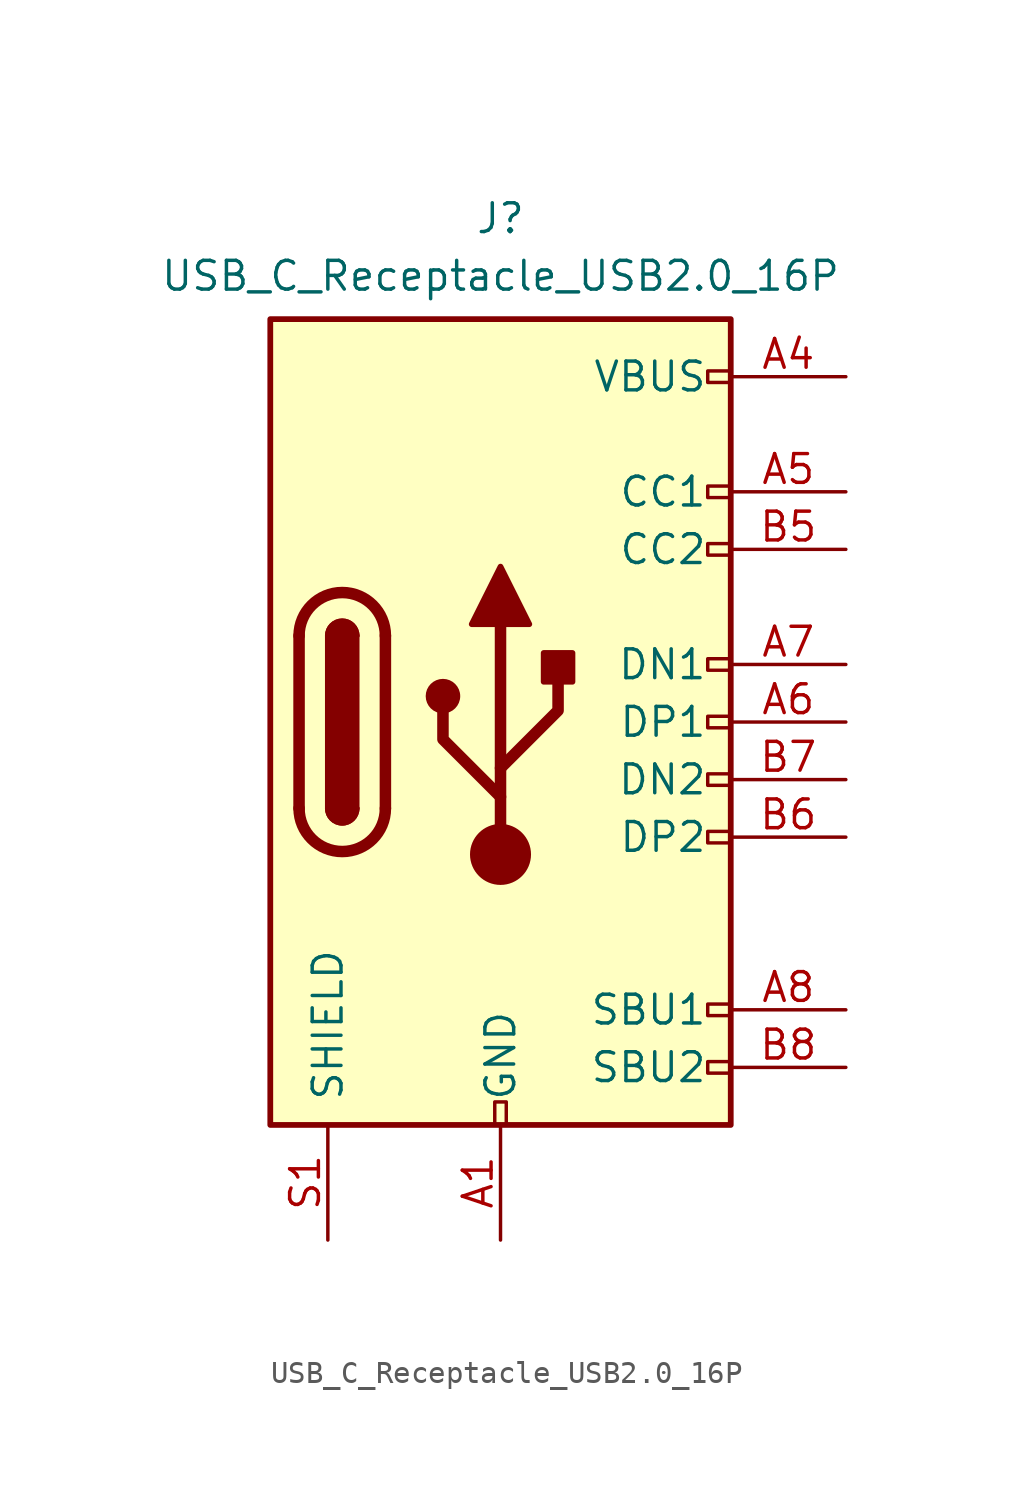
<source format=kicad_sym>
(kicad_symbol_lib
  (version 20241209)
  (generator "kicad_symbol_editor")
  (generator_version "9.0")
  (symbol "USB_C_Receptacle_USB2.0_16P"
    (pin_names
      (offset 1.016))
    (property "Reference" "J"
      (at 0 22.225 0)
      (effects (font (size 1.27 1.27))))
    (property "Value" "USB_C_Receptacle_USB2.0_16P"
      (at 0 19.685 0)
      (effects (font (size 1.27 1.27))))
    (symbol "USB_C_Receptacle_USB2.0_16P_0_0"
      (rectangle (start -0.254 -17.78) (end 0.254 -16.764) (stroke (width 0) (type default)) (fill (type none)))
      (rectangle (start 10.16 15.494) (end 9.144 14.986) (stroke (width 0) (type default)) (fill (type none)))
      (rectangle (start 10.16 10.414) (end 9.144 9.906) (stroke (width 0) (type default)) (fill (type none)))
      (rectangle (start 10.16 7.874) (end 9.144 7.366) (stroke (width 0) (type default)) (fill (type none)))
      (rectangle (start 10.16 2.794) (end 9.144 2.286) (stroke (width 0) (type default)) (fill (type none)))
      (rectangle (start 10.16 0.254) (end 9.144 -0.254) (stroke (width 0) (type default)) (fill (type none)))
      (rectangle (start 10.16 -2.286) (end 9.144 -2.794) (stroke (width 0) (type default)) (fill (type none)))
      (rectangle (start 10.16 -4.826) (end 9.144 -5.334) (stroke (width 0) (type default)) (fill (type none)))
      (rectangle (start 10.16 -12.446) (end 9.144 -12.954) (stroke (width 0) (type default)) (fill (type none)))
      (rectangle (start 10.16 -14.986) (end 9.144 -15.494) (stroke (width 0) (type default)) (fill (type none))))
    (symbol "USB_C_Receptacle_USB2.0_16P_0_1"
      (rectangle (start -10.16 17.78) (end 10.16 -17.78) (stroke (width 0.254) (type default)) (fill (type background)))
      (polyline (pts (xy -8.89 -3.81) (xy -8.89 3.81)) (stroke (width 0.508) (type default)) (fill (type none)))
      (rectangle (start -7.62 -3.81) (end -6.35 3.81) (stroke (width 0.254) (type default)) (fill (type outline)))
      (arc (start -7.62 3.81) (mid -6.985 4.4423) (end -6.35 3.81) (stroke (width 0.254) (type default)) (fill (type none)))
      (arc (start -7.62 3.81) (mid -6.985 4.4423) (end -6.35 3.81) (stroke (width 0.254) (type default)) (fill (type outline)))
      (arc (start -8.89 3.81) (mid -6.985 5.7067) (end -5.08 3.81) (stroke (width 0.508) (type default)) (fill (type none)))
      (arc (start -5.08 -3.81) (mid -6.985 -5.7067) (end -8.89 -3.81) (stroke (width 0.508) (type default)) (fill (type none)))
      (arc (start -6.35 -3.81) (mid -6.985 -4.4423) (end -7.62 -3.81) (stroke (width 0.254) (type default)) (fill (type none)))
      (arc (start -6.35 -3.81) (mid -6.985 -4.4423) (end -7.62 -3.81) (stroke (width 0.254) (type default)) (fill (type outline)))
      (polyline (pts (xy -5.08 3.81) (xy -5.08 -3.81)) (stroke (width 0.508) (type default)) (fill (type none)))
      (circle (center -2.54 1.143) (radius 0.635) (stroke (width 0.254) (type default)) (fill (type outline)))
      (polyline (pts (xy -1.27 4.318) (xy 0 6.858) (xy 1.27 4.318) (xy -1.27 4.318)) (stroke (width 0.254) (type default)) (fill (type outline)))
      (polyline (pts (xy 0 -2.032) (xy 2.54 0.508) (xy 2.54 1.778)) (stroke (width 0.508) (type default)) (fill (type none)))
      (polyline (pts (xy 0 -3.302) (xy -2.54 -0.762) (xy -2.54 0.508)) (stroke (width 0.508) (type default)) (fill (type none)))
      (polyline (pts (xy 0 -5.842) (xy 0 4.318)) (stroke (width 0.508) (type default)) (fill (type none)))
      (circle (center 0 -5.842) (radius 1.27) (stroke (width 0) (type default)) (fill (type outline)))
      (rectangle (start 1.905 1.778) (end 3.175 3.048) (stroke (width 0.254) (type default)) (fill (type outline))))
    (symbol "USB_C_Receptacle_USB2.0_16P_1_1"
      (pin passive line (at -7.62 -22.86 90) (length 5.08) (name "SHIELD" (effects (font (size 1.27 1.27)))) (number "S1" (effects (font (size 1.27 1.27)))))
      (pin passive line (at 0 -22.86 90) (length 5.08) (name "GND" (effects (font (size 1.27 1.27)))) (number "A1" (effects (font (size 1.27 1.27)))))
      (pin passive line (at 0 -22.86 90) (length 5.08) (hide yes) (name "GND" (effects (font (size 1.27 1.27)))) (number "A12" (effects (font (size 1.27 1.27)))))
      (pin passive line (at 0 -22.86 90) (length 5.08) (hide yes) (name "GND" (effects (font (size 1.27 1.27)))) (number "B1" (effects (font (size 1.27 1.27)))))
      (pin passive line (at 0 -22.86 90) (length 5.08) (hide yes) (name "GND" (effects (font (size 1.27 1.27)))) (number "B12" (effects (font (size 1.27 1.27)))))
      (pin passive line (at 15.24 15.24 180) (length 5.08) (name "VBUS" (effects (font (size 1.27 1.27)))) (number "A4" (effects (font (size 1.27 1.27)))))
      (pin passive line (at 15.24 15.24 180) (length 5.08) (hide yes) (name "VBUS" (effects (font (size 1.27 1.27)))) (number "A9" (effects (font (size 1.27 1.27)))))
      (pin passive line (at 15.24 15.24 180) (length 5.08) (hide yes) (name "VBUS" (effects (font (size 1.27 1.27)))) (number "B4" (effects (font (size 1.27 1.27)))))
      (pin passive line (at 15.24 15.24 180) (length 5.08) (hide yes) (name "VBUS" (effects (font (size 1.27 1.27)))) (number "B9" (effects (font (size 1.27 1.27)))))
      (pin bidirectional line (at 15.24 10.16 180) (length 5.08) (name "CC1" (effects (font (size 1.27 1.27)))) (number "A5" (effects (font (size 1.27 1.27)))))
      (pin bidirectional line (at 15.24 7.62 180) (length 5.08) (name "CC2" (effects (font (size 1.27 1.27)))) (number "B5" (effects (font (size 1.27 1.27)))))
      (pin bidirectional line (at 15.24 2.54 180) (length 5.08) (name "DN1" (effects (font (size 1.27 1.27)))) (number "A7" (effects (font (size 1.27 1.27)))))
      (pin bidirectional line (at 15.24 0 180) (length 5.08) (name "DP1" (effects (font (size 1.27 1.27)))) (number "A6" (effects (font (size 1.27 1.27)))))
      (pin bidirectional line (at 15.24 -2.54 180) (length 5.08) (name "DN2" (effects (font (size 1.27 1.27)))) (number "B7" (effects (font (size 1.27 1.27)))))
      (pin bidirectional line (at 15.24 -5.08 180) (length 5.08) (name "DP2" (effects (font (size 1.27 1.27)))) (number "B6" (effects (font (size 1.27 1.27)))))
      (pin bidirectional line (at 15.24 -12.7 180) (length 5.08) (name "SBU1" (effects (font (size 1.27 1.27)))) (number "A8" (effects (font (size 1.27 1.27)))))
      (pin bidirectional line (at 15.24 -15.24 180) (length 5.08) (name "SBU2" (effects (font (size 1.27 1.27)))) (number "B8" (effects (font (size 1.27 1.27))))))))
</source>
